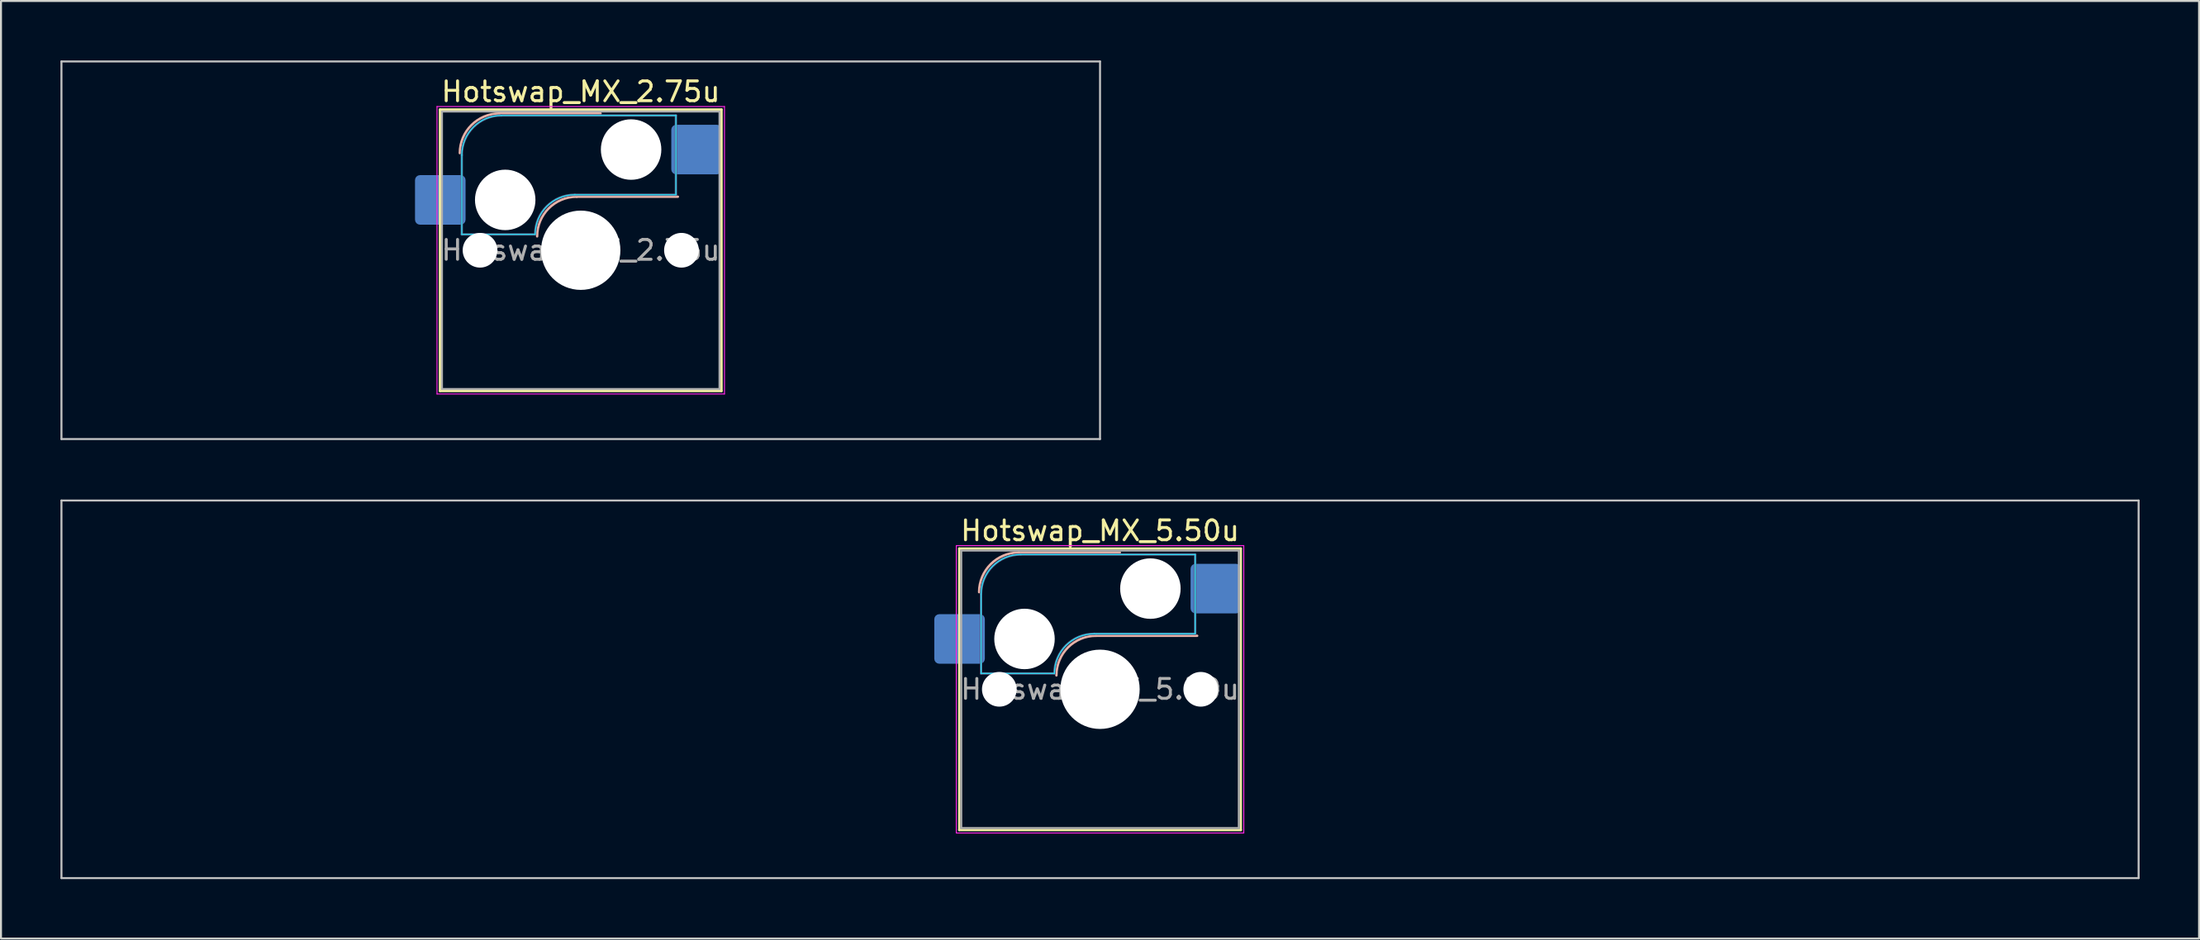
<source format=kicad_pcb>
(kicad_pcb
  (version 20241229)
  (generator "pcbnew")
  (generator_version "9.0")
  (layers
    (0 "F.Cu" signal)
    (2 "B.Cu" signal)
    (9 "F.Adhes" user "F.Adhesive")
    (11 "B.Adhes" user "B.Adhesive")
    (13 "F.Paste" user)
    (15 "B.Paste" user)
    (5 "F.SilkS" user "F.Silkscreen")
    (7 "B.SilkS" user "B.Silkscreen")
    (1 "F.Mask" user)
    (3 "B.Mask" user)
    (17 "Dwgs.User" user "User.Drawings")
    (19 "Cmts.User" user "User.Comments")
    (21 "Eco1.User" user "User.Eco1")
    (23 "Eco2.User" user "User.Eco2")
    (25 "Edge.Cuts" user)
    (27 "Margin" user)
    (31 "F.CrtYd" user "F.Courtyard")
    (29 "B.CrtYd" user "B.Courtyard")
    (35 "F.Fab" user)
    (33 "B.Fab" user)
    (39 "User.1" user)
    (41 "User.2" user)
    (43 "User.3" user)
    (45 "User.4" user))
  (footprint "Hotswap_MX_2.75u"
    (layer "F.Cu")
    (at 26.244 9.575)
    (property "Reference" "Hotswap_MX_2.75u" (at 0 -8 0) (layer "F.SilkS") (effects (font (size 1 1) (thickness 0.15))))
    (attr smd)
    (fp_line (start -7.1 -7.1) (end -7.1 7.1) (stroke (width 0.12) (type solid)) (layer "F.SilkS"))
    (fp_line (start -7.1 7.1) (end 7.1 7.1) (stroke (width 0.12) (type solid)) (layer "F.SilkS"))
    (fp_line (start 7.1 -7.1) (end -7.1 -7.1) (stroke (width 0.12) (type solid)) (layer "F.SilkS"))
    (fp_line (start 7.1 7.1) (end 7.1 -7.1) (stroke (width 0.12) (type solid)) (layer "F.SilkS"))
    (fp_line (start -4.1 -6.9) (end 1 -6.9) (stroke (width 0.12) (type solid)) (layer "B.SilkS"))
    (fp_line (start -0.2 -2.7) (end 4.9 -2.7) (stroke (width 0.12) (type solid)) (layer "B.SilkS"))
    (fp_arc (start -6.1 -4.9) (mid -5.514214 -6.314214) (end -4.1 -6.9) (stroke (width 0.12) (type solid)) (layer "B.SilkS"))
    (fp_arc (start -2.2 -0.7) (mid -1.614214 -2.114214) (end -0.2 -2.7) (stroke (width 0.12) (type solid)) (layer "B.SilkS"))
    (fp_line (start -26.194 -9.525) (end -26.194 9.525) (stroke (width 0.1) (type solid)) (layer "Dwgs.User"))
    (fp_line (start -26.194 9.525) (end 26.194 9.525) (stroke (width 0.1) (type solid)) (layer "Dwgs.User"))
    (fp_line (start 26.194 -9.525) (end -26.194 -9.525) (stroke (width 0.1) (type solid)) (layer "Dwgs.User"))
    (fp_line (start 26.194 9.525) (end 26.194 -9.525) (stroke (width 0.1) (type solid)) (layer "Dwgs.User"))
    (fp_line (start -7.8 -6) (end -7 -6) (stroke (width 0.1) (type solid)) (layer "Eco1.User"))
    (fp_line (start -7.8 -2.9) (end -7.8 -6) (stroke (width 0.1) (type solid)) (layer "Eco1.User"))
    (fp_line (start -7.8 2.9) (end -7 2.9) (stroke (width 0.1) (type solid)) (layer "Eco1.User"))
    (fp_line (start -7.8 6) (end -7.8 2.9) (stroke (width 0.1) (type solid)) (layer "Eco1.User"))
    (fp_line (start -7 -7) (end 7 -7) (stroke (width 0.1) (type solid)) (layer "Eco1.User"))
    (fp_line (start -7 -6) (end -7 -7) (stroke (width 0.1) (type solid)) (layer "Eco1.User"))
    (fp_line (start -7 -2.9) (end -7.8 -2.9) (stroke (width 0.1) (type solid)) (layer "Eco1.User"))
    (fp_line (start -7 2.9) (end -7 -2.9) (stroke (width 0.1) (type solid)) (layer "Eco1.User"))
    (fp_line (start -7 6) (end -7.8 6) (stroke (width 0.1) (type solid)) (layer "Eco1.User"))
    (fp_line (start -7 7) (end -7 6) (stroke (width 0.1) (type solid)) (layer "Eco1.User"))
    (fp_line (start 7 -7) (end 7 -6) (stroke (width 0.1) (type solid)) (layer "Eco1.User"))
    (fp_line (start 7 -6) (end 7.8 -6) (stroke (width 0.1) (type solid)) (layer "Eco1.User"))
    (fp_line (start 7 -2.9) (end 7 2.9) (stroke (width 0.1) (type solid)) (layer "Eco1.User"))
    (fp_line (start 7 2.9) (end 7.8 2.9) (stroke (width 0.1) (type solid)) (layer "Eco1.User"))
    (fp_line (start 7 6) (end 7 7) (stroke (width 0.1) (type solid)) (layer "Eco1.User"))
    (fp_line (start 7 7) (end -7 7) (stroke (width 0.1) (type solid)) (layer "Eco1.User"))
    (fp_line (start 7.8 -6) (end 7.8 -2.9) (stroke (width 0.1) (type solid)) (layer "Eco1.User"))
    (fp_line (start 7.8 -2.9) (end 7 -2.9) (stroke (width 0.1) (type solid)) (layer "Eco1.User"))
    (fp_line (start 7.8 2.9) (end 7.8 6) (stroke (width 0.1) (type solid)) (layer "Eco1.User"))
    (fp_line (start 7.8 6) (end 7 6) (stroke (width 0.1) (type solid)) (layer "Eco1.User"))
    (fp_line (start -6 -0.8) (end -6 -4.8) (stroke (width 0.05) (type solid)) (layer "B.CrtYd"))
    (fp_line (start -6 -0.8) (end -2.3 -0.8) (stroke (width 0.05) (type solid)) (layer "B.CrtYd"))
    (fp_line (start -4 -6.8) (end 4.8 -6.8) (stroke (width 0.05) (type solid)) (layer "B.CrtYd"))
    (fp_line (start -0.3 -2.8) (end 4.8 -2.8) (stroke (width 0.05) (type solid)) (layer "B.CrtYd"))
    (fp_line (start 4.8 -6.8) (end 4.8 -2.8) (stroke (width 0.05) (type solid)) (layer "B.CrtYd"))
    (fp_arc (start -6 -4.8) (mid -5.414214 -6.214214) (end -4 -6.8) (stroke (width 0.05) (type solid)) (layer "B.CrtYd"))
    (fp_arc (start -2.3 -0.8) (mid -1.714214 -2.214214) (end -0.3 -2.8) (stroke (width 0.05) (type solid)) (layer "B.CrtYd"))
    (fp_line (start -7.25 -7.25) (end -7.25 7.25) (stroke (width 0.05) (type solid)) (layer "F.CrtYd"))
    (fp_line (start -7.25 7.25) (end 7.25 7.25) (stroke (width 0.05) (type solid)) (layer "F.CrtYd"))
    (fp_line (start 7.25 -7.25) (end -7.25 -7.25) (stroke (width 0.05) (type solid)) (layer "F.CrtYd"))
    (fp_line (start 7.25 7.25) (end 7.25 -7.25) (stroke (width 0.05) (type solid)) (layer "F.CrtYd"))
    (fp_line (start -6 -0.8) (end -6 -4.8) (stroke (width 0.12) (type solid)) (layer "B.Fab"))
    (fp_line (start -6 -0.8) (end -2.3 -0.8) (stroke (width 0.12) (type solid)) (layer "B.Fab"))
    (fp_line (start -4 -6.8) (end 4.8 -6.8) (stroke (width 0.12) (type solid)) (layer "B.Fab"))
    (fp_line (start -0.3 -2.8) (end 4.8 -2.8) (stroke (width 0.12) (type solid)) (layer "B.Fab"))
    (fp_line (start 4.8 -6.8) (end 4.8 -2.8) (stroke (width 0.12) (type solid)) (layer "B.Fab"))
    (fp_arc (start -6 -4.8) (mid -5.414214 -6.214214) (end -4 -6.8) (stroke (width 0.12) (type solid)) (layer "B.Fab"))
    (fp_arc (start -2.3 -0.8) (mid -1.714214 -2.214214) (end -0.3 -2.8) (stroke (width 0.12) (type solid)) (layer "B.Fab"))
    (fp_line (start -7 -7) (end -7 7) (stroke (width 0.1) (type solid)) (layer "F.Fab"))
    (fp_line (start -7 7) (end 7 7) (stroke (width 0.1) (type solid)) (layer "F.Fab"))
    (fp_line (start 7 -7) (end -7 -7) (stroke (width 0.1) (type solid)) (layer "F.Fab"))
    (fp_line (start 7 7) (end 7 -7) (stroke (width 0.1) (type solid)) (layer "F.Fab"))
    (fp_text user "${REFERENCE}" (at 0 0 0) (layer "F.Fab") (effects (font (size 1 1) (thickness 0.15))))
    (pad "" np_thru_hole circle (at -5.08 0) (size 1.75 1.75) (drill 1.75) (layers "*.Cu" "*.Mask"))
    (pad "" np_thru_hole circle (at -3.81 -2.54) (size 3.05 3.05) (drill 3.05) (layers "*.Cu" "*.Mask"))
    (pad "" np_thru_hole circle (at 0 0) (size 4 4) (drill 4) (layers "*.Cu" "*.Mask"))
    (pad "" np_thru_hole circle (at 2.54 -5.08) (size 3.05 3.05) (drill 3.05) (layers "*.Cu" "*.Mask"))
    (pad "" np_thru_hole circle (at 5.08 0) (size 1.75 1.75) (drill 1.75) (layers "*.Cu" "*.Mask"))
    (pad "1" smd roundrect (at -7.085 -2.54) (size 2.55 2.5) (layers "B.Cu" "B.Mask" "B.Paste") (roundrect_rratio 0.1))
    (pad "2" smd roundrect (at 5.842 -5.08) (size 2.55 2.5) (layers "B.Cu" "B.Mask" "B.Paste") (roundrect_rratio 0.1)))
  (footprint "Hotswap_MX_5.50u"
    (layer "F.Cu")
    (at 52.438 31.725)
    (property "Reference" "Hotswap_MX_5.50u" (at 0 -8 0) (layer "F.SilkS") (effects (font (size 1 1) (thickness 0.15))))
    (attr smd)
    (fp_line (start -7.1 -7.1) (end -7.1 7.1) (stroke (width 0.12) (type solid)) (layer "F.SilkS"))
    (fp_line (start -7.1 7.1) (end 7.1 7.1) (stroke (width 0.12) (type solid)) (layer "F.SilkS"))
    (fp_line (start 7.1 -7.1) (end -7.1 -7.1) (stroke (width 0.12) (type solid)) (layer "F.SilkS"))
    (fp_line (start 7.1 7.1) (end 7.1 -7.1) (stroke (width 0.12) (type solid)) (layer "F.SilkS"))
    (fp_line (start -4.1 -6.9) (end 1 -6.9) (stroke (width 0.12) (type solid)) (layer "B.SilkS"))
    (fp_line (start -0.2 -2.7) (end 4.9 -2.7) (stroke (width 0.12) (type solid)) (layer "B.SilkS"))
    (fp_arc (start -6.1 -4.9) (mid -5.514214 -6.314214) (end -4.1 -6.9) (stroke (width 0.12) (type solid)) (layer "B.SilkS"))
    (fp_arc (start -2.2 -0.7) (mid -1.614214 -2.114214) (end -0.2 -2.7) (stroke (width 0.12) (type solid)) (layer "B.SilkS"))
    (fp_line (start -52.388 -9.525) (end -52.388 9.525) (stroke (width 0.1) (type solid)) (layer "Dwgs.User"))
    (fp_line (start -52.388 9.525) (end 52.388 9.525) (stroke (width 0.1) (type solid)) (layer "Dwgs.User"))
    (fp_line (start 52.388 -9.525) (end -52.388 -9.525) (stroke (width 0.1) (type solid)) (layer "Dwgs.User"))
    (fp_line (start 52.388 9.525) (end 52.388 -9.525) (stroke (width 0.1) (type solid)) (layer "Dwgs.User"))
    (fp_line (start -7.8 -6) (end -7 -6) (stroke (width 0.1) (type solid)) (layer "Eco1.User"))
    (fp_line (start -7.8 -2.9) (end -7.8 -6) (stroke (width 0.1) (type solid)) (layer "Eco1.User"))
    (fp_line (start -7.8 2.9) (end -7 2.9) (stroke (width 0.1) (type solid)) (layer "Eco1.User"))
    (fp_line (start -7.8 6) (end -7.8 2.9) (stroke (width 0.1) (type solid)) (layer "Eco1.User"))
    (fp_line (start -7 -7) (end 7 -7) (stroke (width 0.1) (type solid)) (layer "Eco1.User"))
    (fp_line (start -7 -6) (end -7 -7) (stroke (width 0.1) (type solid)) (layer "Eco1.User"))
    (fp_line (start -7 -2.9) (end -7.8 -2.9) (stroke (width 0.1) (type solid)) (layer "Eco1.User"))
    (fp_line (start -7 2.9) (end -7 -2.9) (stroke (width 0.1) (type solid)) (layer "Eco1.User"))
    (fp_line (start -7 6) (end -7.8 6) (stroke (width 0.1) (type solid)) (layer "Eco1.User"))
    (fp_line (start -7 7) (end -7 6) (stroke (width 0.1) (type solid)) (layer "Eco1.User"))
    (fp_line (start 7 -7) (end 7 -6) (stroke (width 0.1) (type solid)) (layer "Eco1.User"))
    (fp_line (start 7 -6) (end 7.8 -6) (stroke (width 0.1) (type solid)) (layer "Eco1.User"))
    (fp_line (start 7 -2.9) (end 7 2.9) (stroke (width 0.1) (type solid)) (layer "Eco1.User"))
    (fp_line (start 7 2.9) (end 7.8 2.9) (stroke (width 0.1) (type solid)) (layer "Eco1.User"))
    (fp_line (start 7 6) (end 7 7) (stroke (width 0.1) (type solid)) (layer "Eco1.User"))
    (fp_line (start 7 7) (end -7 7) (stroke (width 0.1) (type solid)) (layer "Eco1.User"))
    (fp_line (start 7.8 -6) (end 7.8 -2.9) (stroke (width 0.1) (type solid)) (layer "Eco1.User"))
    (fp_line (start 7.8 -2.9) (end 7 -2.9) (stroke (width 0.1) (type solid)) (layer "Eco1.User"))
    (fp_line (start 7.8 2.9) (end 7.8 6) (stroke (width 0.1) (type solid)) (layer "Eco1.User"))
    (fp_line (start 7.8 6) (end 7 6) (stroke (width 0.1) (type solid)) (layer "Eco1.User"))
    (fp_line (start -6 -0.8) (end -6 -4.8) (stroke (width 0.05) (type solid)) (layer "B.CrtYd"))
    (fp_line (start -6 -0.8) (end -2.3 -0.8) (stroke (width 0.05) (type solid)) (layer "B.CrtYd"))
    (fp_line (start -4 -6.8) (end 4.8 -6.8) (stroke (width 0.05) (type solid)) (layer "B.CrtYd"))
    (fp_line (start -0.3 -2.8) (end 4.8 -2.8) (stroke (width 0.05) (type solid)) (layer "B.CrtYd"))
    (fp_line (start 4.8 -6.8) (end 4.8 -2.8) (stroke (width 0.05) (type solid)) (layer "B.CrtYd"))
    (fp_arc (start -6 -4.8) (mid -5.414214 -6.214214) (end -4 -6.8) (stroke (width 0.05) (type solid)) (layer "B.CrtYd"))
    (fp_arc (start -2.3 -0.8) (mid -1.714214 -2.214214) (end -0.3 -2.8) (stroke (width 0.05) (type solid)) (layer "B.CrtYd"))
    (fp_line (start -7.25 -7.25) (end -7.25 7.25) (stroke (width 0.05) (type solid)) (layer "F.CrtYd"))
    (fp_line (start -7.25 7.25) (end 7.25 7.25) (stroke (width 0.05) (type solid)) (layer "F.CrtYd"))
    (fp_line (start 7.25 -7.25) (end -7.25 -7.25) (stroke (width 0.05) (type solid)) (layer "F.CrtYd"))
    (fp_line (start 7.25 7.25) (end 7.25 -7.25) (stroke (width 0.05) (type solid)) (layer "F.CrtYd"))
    (fp_line (start -6 -0.8) (end -6 -4.8) (stroke (width 0.12) (type solid)) (layer "B.Fab"))
    (fp_line (start -6 -0.8) (end -2.3 -0.8) (stroke (width 0.12) (type solid)) (layer "B.Fab"))
    (fp_line (start -4 -6.8) (end 4.8 -6.8) (stroke (width 0.12) (type solid)) (layer "B.Fab"))
    (fp_line (start -0.3 -2.8) (end 4.8 -2.8) (stroke (width 0.12) (type solid)) (layer "B.Fab"))
    (fp_line (start 4.8 -6.8) (end 4.8 -2.8) (stroke (width 0.12) (type solid)) (layer "B.Fab"))
    (fp_arc (start -6 -4.8) (mid -5.414214 -6.214214) (end -4 -6.8) (stroke (width 0.12) (type solid)) (layer "B.Fab"))
    (fp_arc (start -2.3 -0.8) (mid -1.714214 -2.214214) (end -0.3 -2.8) (stroke (width 0.12) (type solid)) (layer "B.Fab"))
    (fp_line (start -7 -7) (end -7 7) (stroke (width 0.1) (type solid)) (layer "F.Fab"))
    (fp_line (start -7 7) (end 7 7) (stroke (width 0.1) (type solid)) (layer "F.Fab"))
    (fp_line (start 7 -7) (end -7 -7) (stroke (width 0.1) (type solid)) (layer "F.Fab"))
    (fp_line (start 7 7) (end 7 -7) (stroke (width 0.1) (type solid)) (layer "F.Fab"))
    (fp_text user "${REFERENCE}" (at 0 0 0) (layer "F.Fab") (effects (font (size 1 1) (thickness 0.15))))
    (pad "" np_thru_hole circle (at -5.08 0) (size 1.75 1.75) (drill 1.75) (layers "*.Cu" "*.Mask"))
    (pad "" np_thru_hole circle (at -3.81 -2.54) (size 3.05 3.05) (drill 3.05) (layers "*.Cu" "*.Mask"))
    (pad "" np_thru_hole circle (at 0 0) (size 4 4) (drill 4) (layers "*.Cu" "*.Mask"))
    (pad "" np_thru_hole circle (at 2.54 -5.08) (size 3.05 3.05) (drill 3.05) (layers "*.Cu" "*.Mask"))
    (pad "" np_thru_hole circle (at 5.08 0) (size 1.75 1.75) (drill 1.75) (layers "*.Cu" "*.Mask"))
    (pad "1" smd roundrect (at -7.085 -2.54) (size 2.55 2.5) (layers "B.Cu" "B.Mask" "B.Paste") (roundrect_rratio 0.1))
    (pad "2" smd roundrect (at 5.842 -5.08) (size 2.55 2.5) (layers "B.Cu" "B.Mask" "B.Paste") (roundrect_rratio 0.1)))
  (gr_rect
    (start -3 -3)
    (end 107.875 44.3)
    (stroke (width 0.1) (type default))
    (fill no)
    (layer "Edge.Cuts")))
</source>
